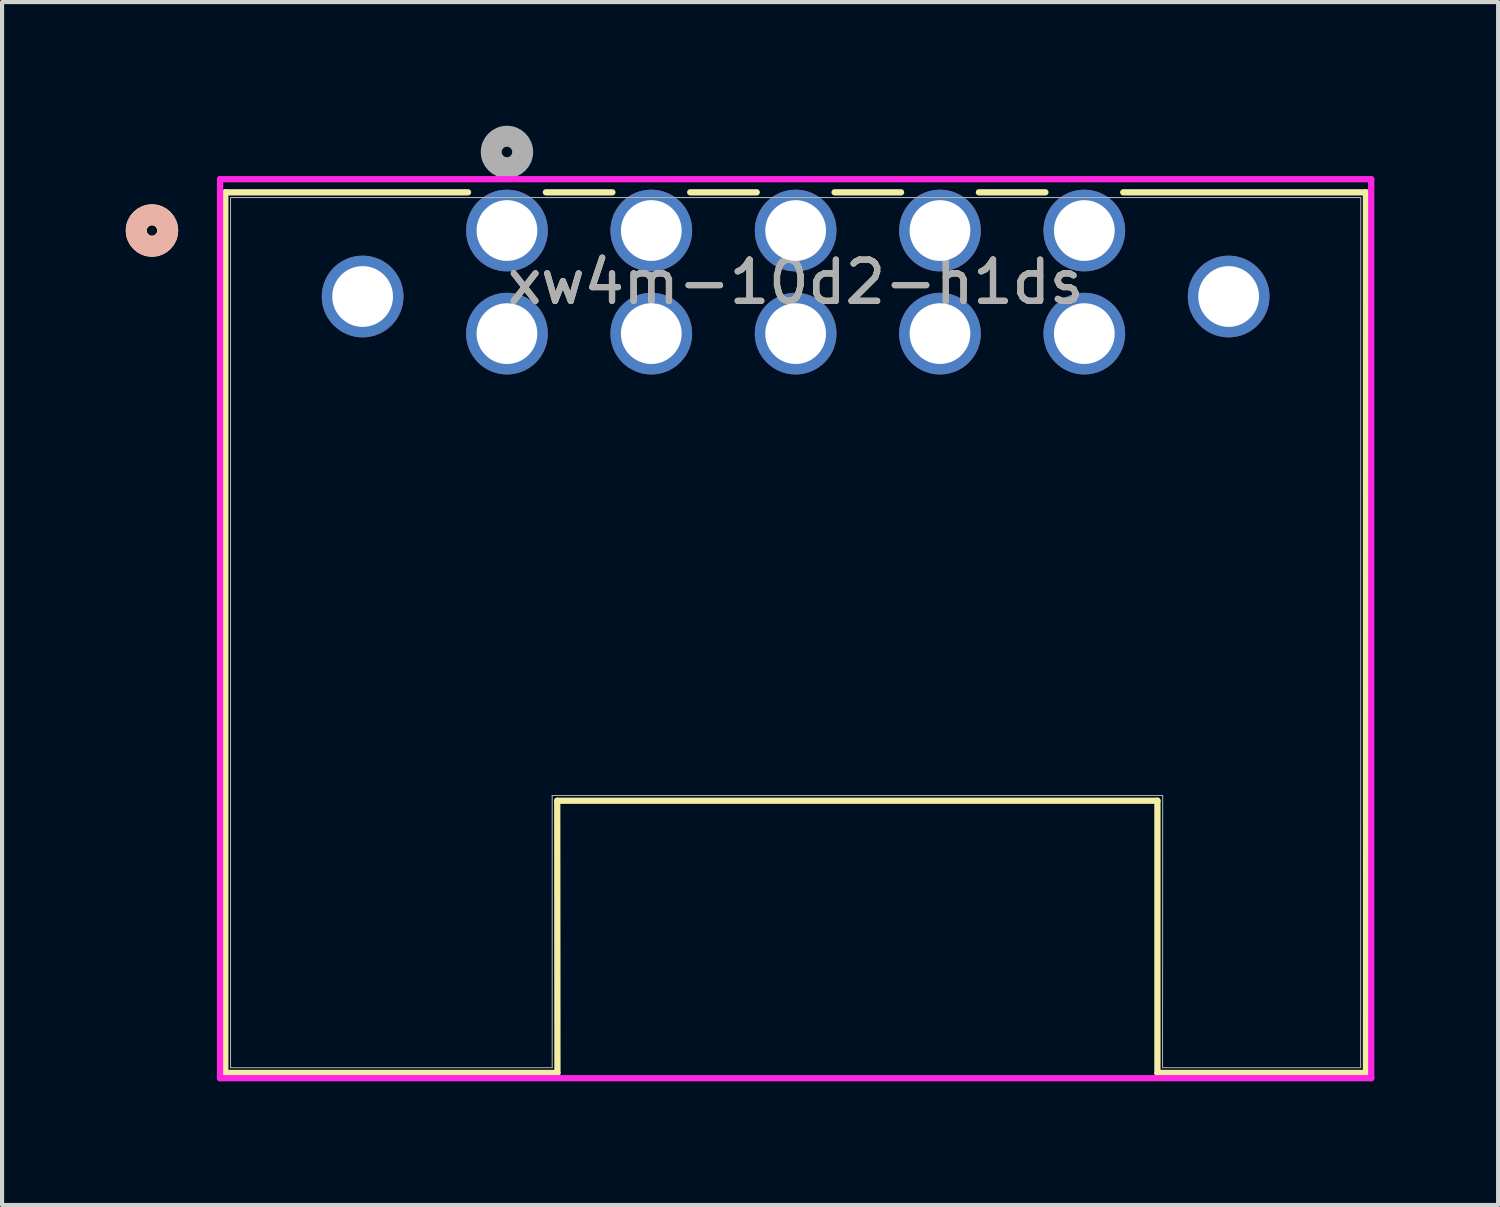
<source format=kicad_pcb>
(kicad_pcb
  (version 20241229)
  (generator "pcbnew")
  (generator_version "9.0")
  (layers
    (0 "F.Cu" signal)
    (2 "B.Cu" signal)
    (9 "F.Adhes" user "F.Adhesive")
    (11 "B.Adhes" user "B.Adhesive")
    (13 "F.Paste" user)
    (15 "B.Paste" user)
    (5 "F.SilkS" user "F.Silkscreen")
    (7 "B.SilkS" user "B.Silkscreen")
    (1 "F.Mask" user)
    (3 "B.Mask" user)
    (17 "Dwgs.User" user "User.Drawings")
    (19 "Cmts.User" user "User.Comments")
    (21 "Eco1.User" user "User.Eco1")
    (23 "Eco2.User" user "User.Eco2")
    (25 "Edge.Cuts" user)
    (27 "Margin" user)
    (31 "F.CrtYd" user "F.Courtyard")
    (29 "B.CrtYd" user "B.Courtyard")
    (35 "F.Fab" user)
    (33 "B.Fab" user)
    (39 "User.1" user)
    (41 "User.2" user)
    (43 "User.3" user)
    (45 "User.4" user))
  (footprint "xw4m-10d2-h1ds"
    (layer "F.Cu")
    (at 9.243 2.54)
    (property "Reference" "xw4m-10d2-h1ds" (at 7 1.25 0) (unlocked yes) (layer "F.SilkS") (effects (font (size 1 1) (thickness 0.15))))
    (attr through_hole)
    (fp_line (start -6.83 -0.927) (end -6.83 20.427) (stroke (width 0.152) (type solid)) (layer "F.SilkS"))
    (fp_line (start -6.83 20.427) (end 1.224 20.427) (stroke (width 0.152) (type solid)) (layer "F.SilkS"))
    (fp_line (start -0.944 -0.927) (end -6.83 -0.927) (stroke (width 0.152) (type solid)) (layer "F.SilkS"))
    (fp_line (start 1.219 13.827) (end 15.773 13.827) (stroke (width 0.152) (type default)) (layer "F.SilkS"))
    (fp_line (start 1.224 20.427) (end 1.219 13.827) (stroke (width 0.152) (type solid)) (layer "F.SilkS"))
    (fp_line (start 2.556 -0.927) (end 0.944 -0.927) (stroke (width 0.152) (type solid)) (layer "F.SilkS"))
    (fp_line (start 6.056 -0.927) (end 4.444 -0.927) (stroke (width 0.152) (type solid)) (layer "F.SilkS"))
    (fp_line (start 9.556 -0.927) (end 7.944 -0.927) (stroke (width 0.152) (type solid)) (layer "F.SilkS"))
    (fp_line (start 13.056 -0.927) (end 11.444 -0.927) (stroke (width 0.152) (type solid)) (layer "F.SilkS"))
    (fp_line (start 15.773 13.827) (end 15.773 20.427) (stroke (width 0.152) (type solid)) (layer "F.SilkS"))
    (fp_line (start 15.773 20.427) (end 20.83 20.427) (stroke (width 0.152) (type default)) (layer "F.SilkS"))
    (fp_line (start 20.83 -0.927) (end 14.944 -0.927) (stroke (width 0.152) (type solid)) (layer "F.SilkS"))
    (fp_line (start 20.83 20.427) (end 20.83 -0.927) (stroke (width 0.152) (type solid)) (layer "F.SilkS"))
    (fp_circle (center -8.608 0) (end -8.227 0) (stroke (width 0.508) (type solid)) (fill no) (layer "F.SilkS"))
    (fp_circle (center -8.608 0) (end -8.227 0) (stroke (width 0.508) (type solid)) (fill no) (layer "B.SilkS"))
    (fp_line (start -6.957 -1.245) (end -6.957 20.554) (stroke (width 0.152) (type solid)) (layer "F.CrtYd"))
    (fp_line (start -6.957 20.554) (end 20.957 20.554) (stroke (width 0.152) (type solid)) (layer "F.CrtYd"))
    (fp_line (start 20.957 -1.245) (end -6.957 -1.245) (stroke (width 0.152) (type solid)) (layer "F.CrtYd"))
    (fp_line (start 20.957 20.554) (end 20.957 -1.245) (stroke (width 0.152) (type solid)) (layer "F.CrtYd"))
    (fp_line (start -6.703 -0.8) (end -6.703 20.3) (stroke (width 0.025) (type solid)) (layer "F.Fab"))
    (fp_line (start -6.703 20.3) (end 1.097 20.3) (stroke (width 0.025) (type solid)) (layer "F.Fab"))
    (fp_line (start 1.097 13.7) (end 15.9 13.7) (stroke (width 0.025) (type solid)) (layer "F.Fab"))
    (fp_line (start 1.097 20.3) (end 1.097 13.7) (stroke (width 0.025) (type solid)) (layer "F.Fab"))
    (fp_line (start 15.897 20.3) (end 15.9 13.7) (stroke (width 0.025) (type solid)) (layer "F.Fab"))
    (fp_line (start 15.897 20.3) (end 20.7 20.3) (stroke (width 0.025) (type solid)) (layer "F.Fab"))
    (fp_line (start 20.7 20.3) (end 20.703 -0.8) (stroke (width 0.025) (type solid)) (layer "F.Fab"))
    (fp_line (start 20.703 -0.8) (end -6.703 -0.8) (stroke (width 0.025) (type solid)) (layer "F.Fab"))
    (fp_circle (center 0 -1.905) (end 0.381 -1.905) (stroke (width 0.508) (type solid)) (fill no) (layer "F.Fab"))
    (fp_text user "${REFERENCE}" (at 7 1.25 0) (unlocked yes) (layer "F.Fab") (effects (font (size 1 1) (thickness 0.15))))
    (pad "1" thru_hole circle (at 0 0) (size 1.981 1.981) (drill 1.473) (layers "*.Cu" "*.Mask"))
    (pad "2" thru_hole circle (at 3.5 0) (size 1.981 1.981) (drill 1.473) (layers "*.Cu" "*.Mask"))
    (pad "3" thru_hole circle (at 7 0) (size 1.981 1.981) (drill 1.473) (layers "*.Cu" "*.Mask"))
    (pad "4" thru_hole circle (at 10.5 0) (size 1.981 1.981) (drill 1.473) (layers "*.Cu" "*.Mask"))
    (pad "5" thru_hole circle (at 14 0) (size 1.981 1.981) (drill 1.473) (layers "*.Cu" "*.Mask"))
    (pad "6" thru_hole circle (at 0 2.5) (size 1.981 1.981) (drill 1.473) (layers "*.Cu" "*.Mask"))
    (pad "7" thru_hole circle (at 3.5 2.5) (size 1.981 1.981) (drill 1.473) (layers "*.Cu" "*.Mask"))
    (pad "8" thru_hole circle (at 7 2.5) (size 1.981 1.981) (drill 1.473) (layers "*.Cu" "*.Mask"))
    (pad "9" thru_hole circle (at 10.5 2.5) (size 1.981 1.981) (drill 1.473) (layers "*.Cu" "*.Mask"))
    (pad "10" thru_hole circle (at 14 2.5) (size 1.981 1.981) (drill 1.473) (layers "*.Cu" "*.Mask"))
    (pad "11" thru_hole circle (at -3.5 1.6) (size 1.981 1.981) (drill 1.473) (layers "*.Cu" "*.Mask"))
    (pad "12" thru_hole circle (at 17.5 1.6) (size 1.981 1.981) (drill 1.473) (layers "*.Cu" "*.Mask")))
  (gr_rect
    (start -3 -3)
    (end 33.277 26.17)
    (stroke (width 0.1) (type default))
    (fill no)
    (layer "Edge.Cuts")))
</source>
